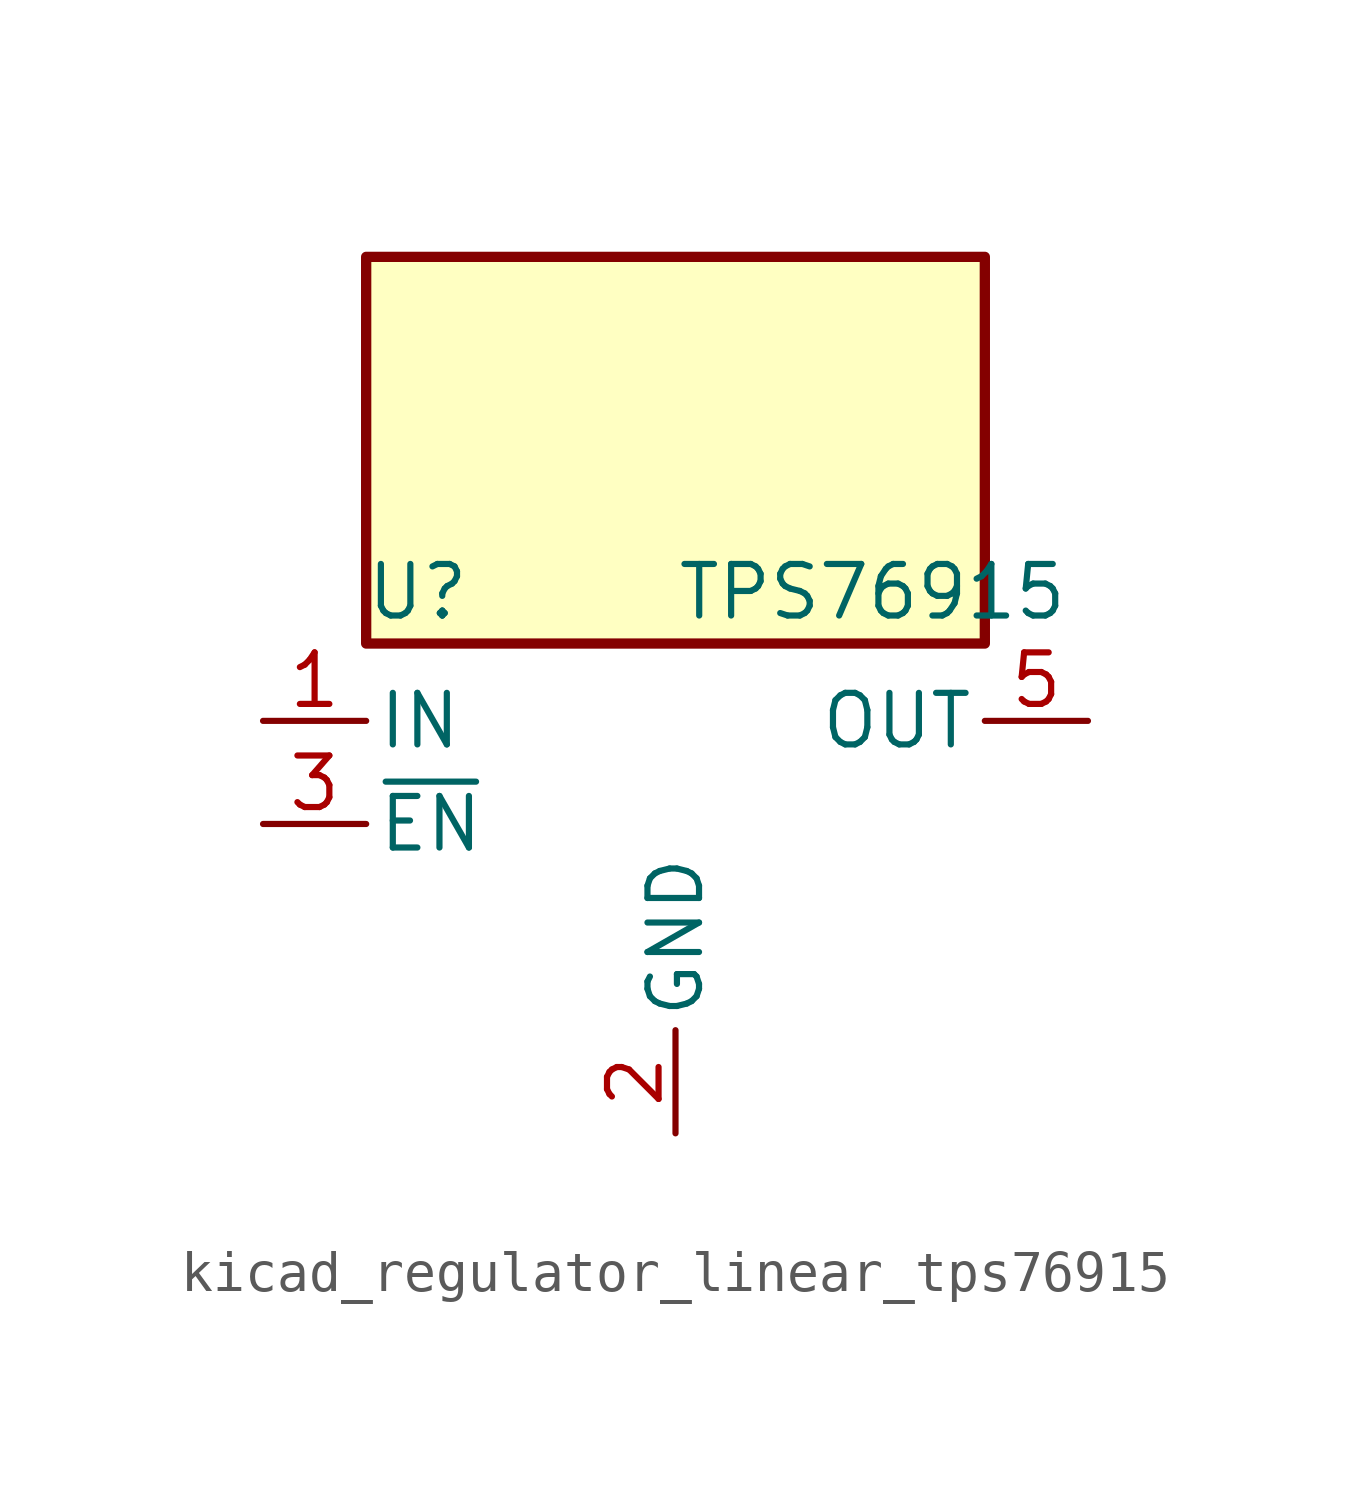
<source format=kicad_sym>
(kicad_symbol_lib
  (version 20220914)
  (generator kicad_symbol_editor)
  (symbol "kicad_regulator_linear_tps76915"
    (pin_names
      (offset 0.254))
    (property "Reference" "U"
      (at -6.35 5.715 0)
      (effects (font (size 1.27 1.27))))
    (property "Value" "TPS76915"
      (at 0 5.715 0)
      (effects (font (size 1.27 1.27)) (justify left)))
    (symbol "kicad_regulator_linear_tps76915_0_1"
      (rectangle (start 7.62 13.97) (end -7.62 4.445) (stroke (width 0.254) (type default)) (fill (type background))))
    (symbol "kicad_regulator_linear_tps76915_1_1"
      (pin power_in line (at -10.16 2.54 0) (length 2.54) (name "IN" (effects (font (size 1.27 1.27)))) (number "1" (effects (font (size 1.27 1.27)))))
      (pin power_in line (at 0 -7.62 90) (length 2.54) (name "GND" (effects (font (size 1.27 1.27)))) (number "2" (effects (font (size 1.27 1.27)))))
      (pin input line (at -10.16 0 0) (length 2.54) (name "~{EN}" (effects (font (size 1.27 1.27)))) (number "3" (effects (font (size 1.27 1.27)))))
      (pin no_connect line (at 7.62 0 180) (length 2.54) hide (name "NC" (effects (font (size 1.27 1.27)))) (number "4" (effects (font (size 1.27 1.27)))))
      (pin power_out line (at 10.16 2.54 180) (length 2.54) (name "OUT" (effects (font (size 1.27 1.27)))) (number "5" (effects (font (size 1.27 1.27))))))))
</source>
